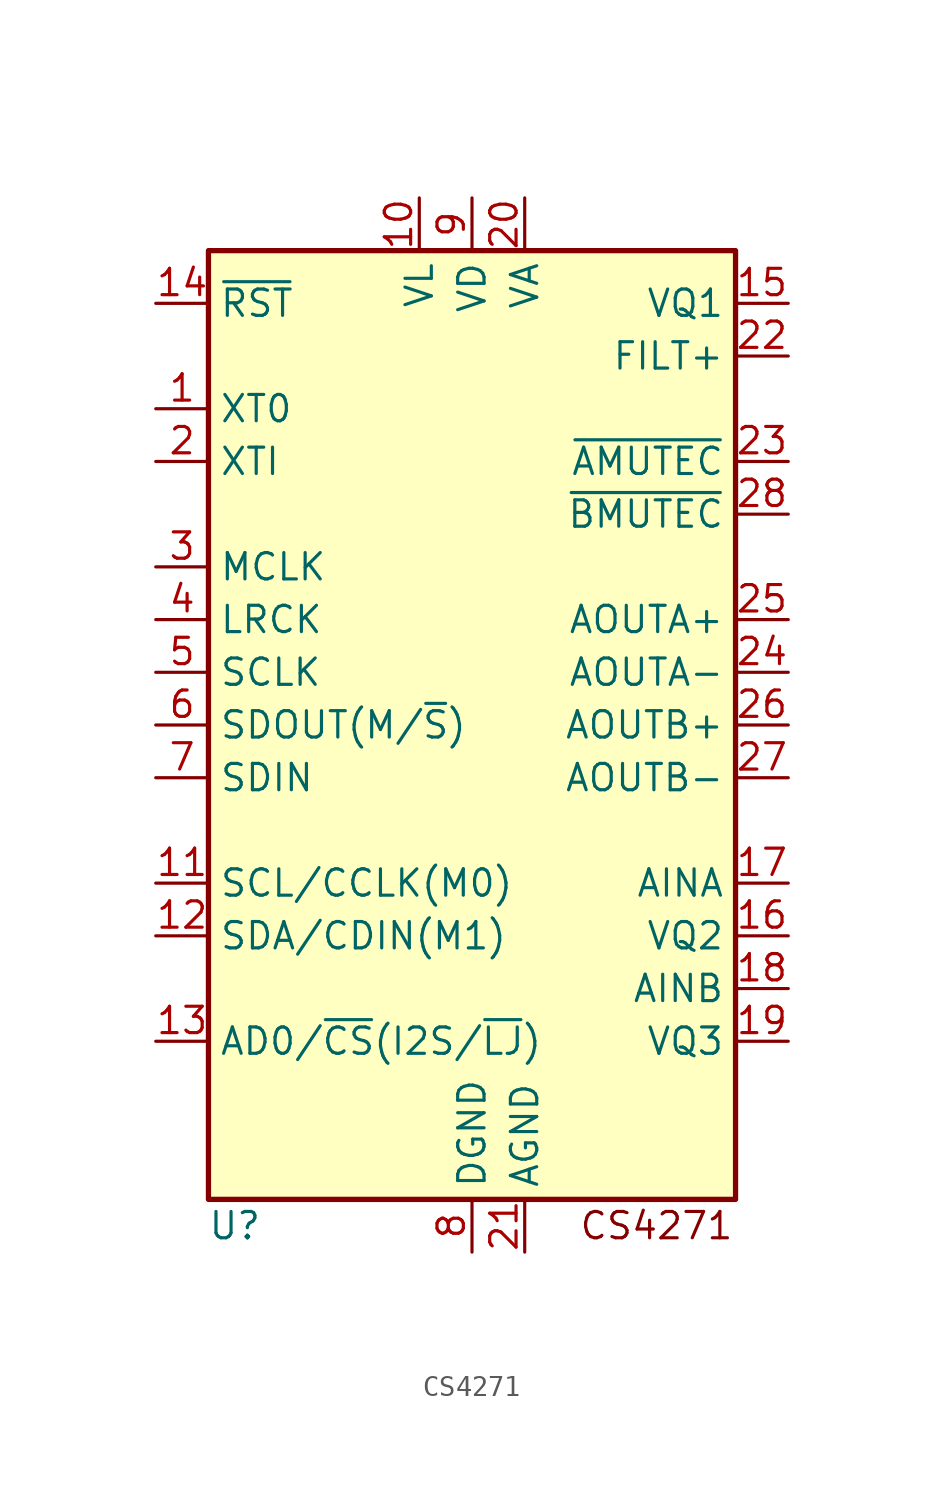
<source format=kicad_sym>
(kicad_symbol_lib
  (version 20220914)
  (generator kicad_symbol_editor)
  (symbol "CS4271"
    (property "Reference" "U"
      (at -11.43 -24.13 0)
      (effects (font (size 1.27 1.27))))
    (property "Value" ""
      (at 1.27 -3.81 0)
      (effects (font (size 1.27 1.27))))
    (symbol "CS4271_0_1"
      (rectangle (start -12.7 22.86) (end 12.7 -22.86) (stroke (width 0.254) (type default)) (fill (type background))))
    (symbol "CS4271_1_1"
      (text "CS4271\n" (at 8.89 -24.13 0) (effects (font (size 1.27 1.27))))
      (pin output line (at -15.24 15.24 0) (length 2.54) (name "XT0" (effects (font (size 1.27 1.27)))) (number "1" (effects (font (size 1.27 1.27)))))
      (pin power_in line (at -2.54 25.4 270) (length 2.54) (name "VL" (effects (font (size 1.27 1.27)))) (number "10" (effects (font (size 1.27 1.27)))))
      (pin input line (at -15.24 -7.62 0) (length 2.54) (name "SCL/CCLK(M0)" (effects (font (size 1.27 1.27)))) (number "11" (effects (font (size 1.27 1.27)))))
      (pin bidirectional line (at -15.24 -10.16 0) (length 2.54) (name "SDA/CDIN(M1)" (effects (font (size 1.27 1.27)))) (number "12" (effects (font (size 1.27 1.27)))))
      (pin input line (at -15.24 -15.24 0) (length 2.54) (name "AD0/~{CS}(I2S/~{LJ})" (effects (font (size 1.27 1.27)))) (number "13" (effects (font (size 1.27 1.27)))))
      (pin input line (at -15.24 20.32 0) (length 2.54) (name "~{RST}" (effects (font (size 1.27 1.27)))) (number "14" (effects (font (size 1.27 1.27)))))
      (pin output line (at 15.24 20.32 180) (length 2.54) (name "VQ1" (effects (font (size 1.27 1.27)))) (number "15" (effects (font (size 1.27 1.27)))))
      (pin input line (at 15.24 -10.16 180) (length 2.54) (name "VQ2" (effects (font (size 1.27 1.27)))) (number "16" (effects (font (size 1.27 1.27)))))
      (pin input line (at 15.24 -7.62 180) (length 2.54) (name "AINA" (effects (font (size 1.27 1.27)))) (number "17" (effects (font (size 1.27 1.27)))))
      (pin input line (at 15.24 -12.7 180) (length 2.54) (name "AINB" (effects (font (size 1.27 1.27)))) (number "18" (effects (font (size 1.27 1.27)))))
      (pin input line (at 15.24 -15.24 180) (length 2.54) (name "VQ3" (effects (font (size 1.27 1.27)))) (number "19" (effects (font (size 1.27 1.27)))))
      (pin input line (at -15.24 12.7 0) (length 2.54) (name "XTI" (effects (font (size 1.27 1.27)))) (number "2" (effects (font (size 1.27 1.27)))))
      (pin power_in line (at 2.54 25.4 270) (length 2.54) (name "VA" (effects (font (size 1.27 1.27)))) (number "20" (effects (font (size 1.27 1.27)))))
      (pin power_in line (at 2.54 -25.4 90) (length 2.54) (name "AGND" (effects (font (size 1.27 1.27)))) (number "21" (effects (font (size 1.27 1.27)))))
      (pin output line (at 15.24 17.78 180) (length 2.54) (name "FILT+" (effects (font (size 1.27 1.27)))) (number "22" (effects (font (size 1.27 1.27)))))
      (pin output line (at 15.24 12.7 180) (length 2.54) (name "~{AMUTEC}" (effects (font (size 1.27 1.27)))) (number "23" (effects (font (size 1.27 1.27)))))
      (pin output line (at 15.24 2.54 180) (length 2.54) (name "AOUTA-" (effects (font (size 1.27 1.27)))) (number "24" (effects (font (size 1.27 1.27)))))
      (pin output line (at 15.24 5.08 180) (length 2.54) (name "AOUTA+" (effects (font (size 1.27 1.27)))) (number "25" (effects (font (size 1.27 1.27)))))
      (pin output line (at 15.24 0 180) (length 2.54) (name "AOUTB+" (effects (font (size 1.27 1.27)))) (number "26" (effects (font (size 1.27 1.27)))))
      (pin output line (at 15.24 -2.54 180) (length 2.54) (name "AOUTB-" (effects (font (size 1.27 1.27)))) (number "27" (effects (font (size 1.27 1.27)))))
      (pin output line (at 15.24 10.16 180) (length 2.54) (name "~{BMUTEC}" (effects (font (size 1.27 1.27)))) (number "28" (effects (font (size 1.27 1.27)))))
      (pin bidirectional line (at -15.24 7.62 0) (length 2.54) (name "MCLK" (effects (font (size 1.27 1.27)))) (number "3" (effects (font (size 1.27 1.27)))))
      (pin bidirectional line (at -15.24 5.08 0) (length 2.54) (name "LRCK" (effects (font (size 1.27 1.27)))) (number "4" (effects (font (size 1.27 1.27)))))
      (pin bidirectional line (at -15.24 2.54 0) (length 2.54) (name "SCLK" (effects (font (size 1.27 1.27)))) (number "5" (effects (font (size 1.27 1.27)))))
      (pin output line (at -15.24 0 0) (length 2.54) (name "SDOUT(M/~{S})" (effects (font (size 1.27 1.27)))) (number "6" (effects (font (size 1.27 1.27)))))
      (pin input line (at -15.24 -2.54 0) (length 2.54) (name "SDIN" (effects (font (size 1.27 1.27)))) (number "7" (effects (font (size 1.27 1.27)))))
      (pin power_in line (at 0 -25.4 90) (length 2.54) (name "DGND" (effects (font (size 1.27 1.27)))) (number "8" (effects (font (size 1.27 1.27)))))
      (pin power_in line (at 0 25.4 270) (length 2.54) (name "VD" (effects (font (size 1.27 1.27)))) (number "9" (effects (font (size 1.27 1.27))))))))
</source>
